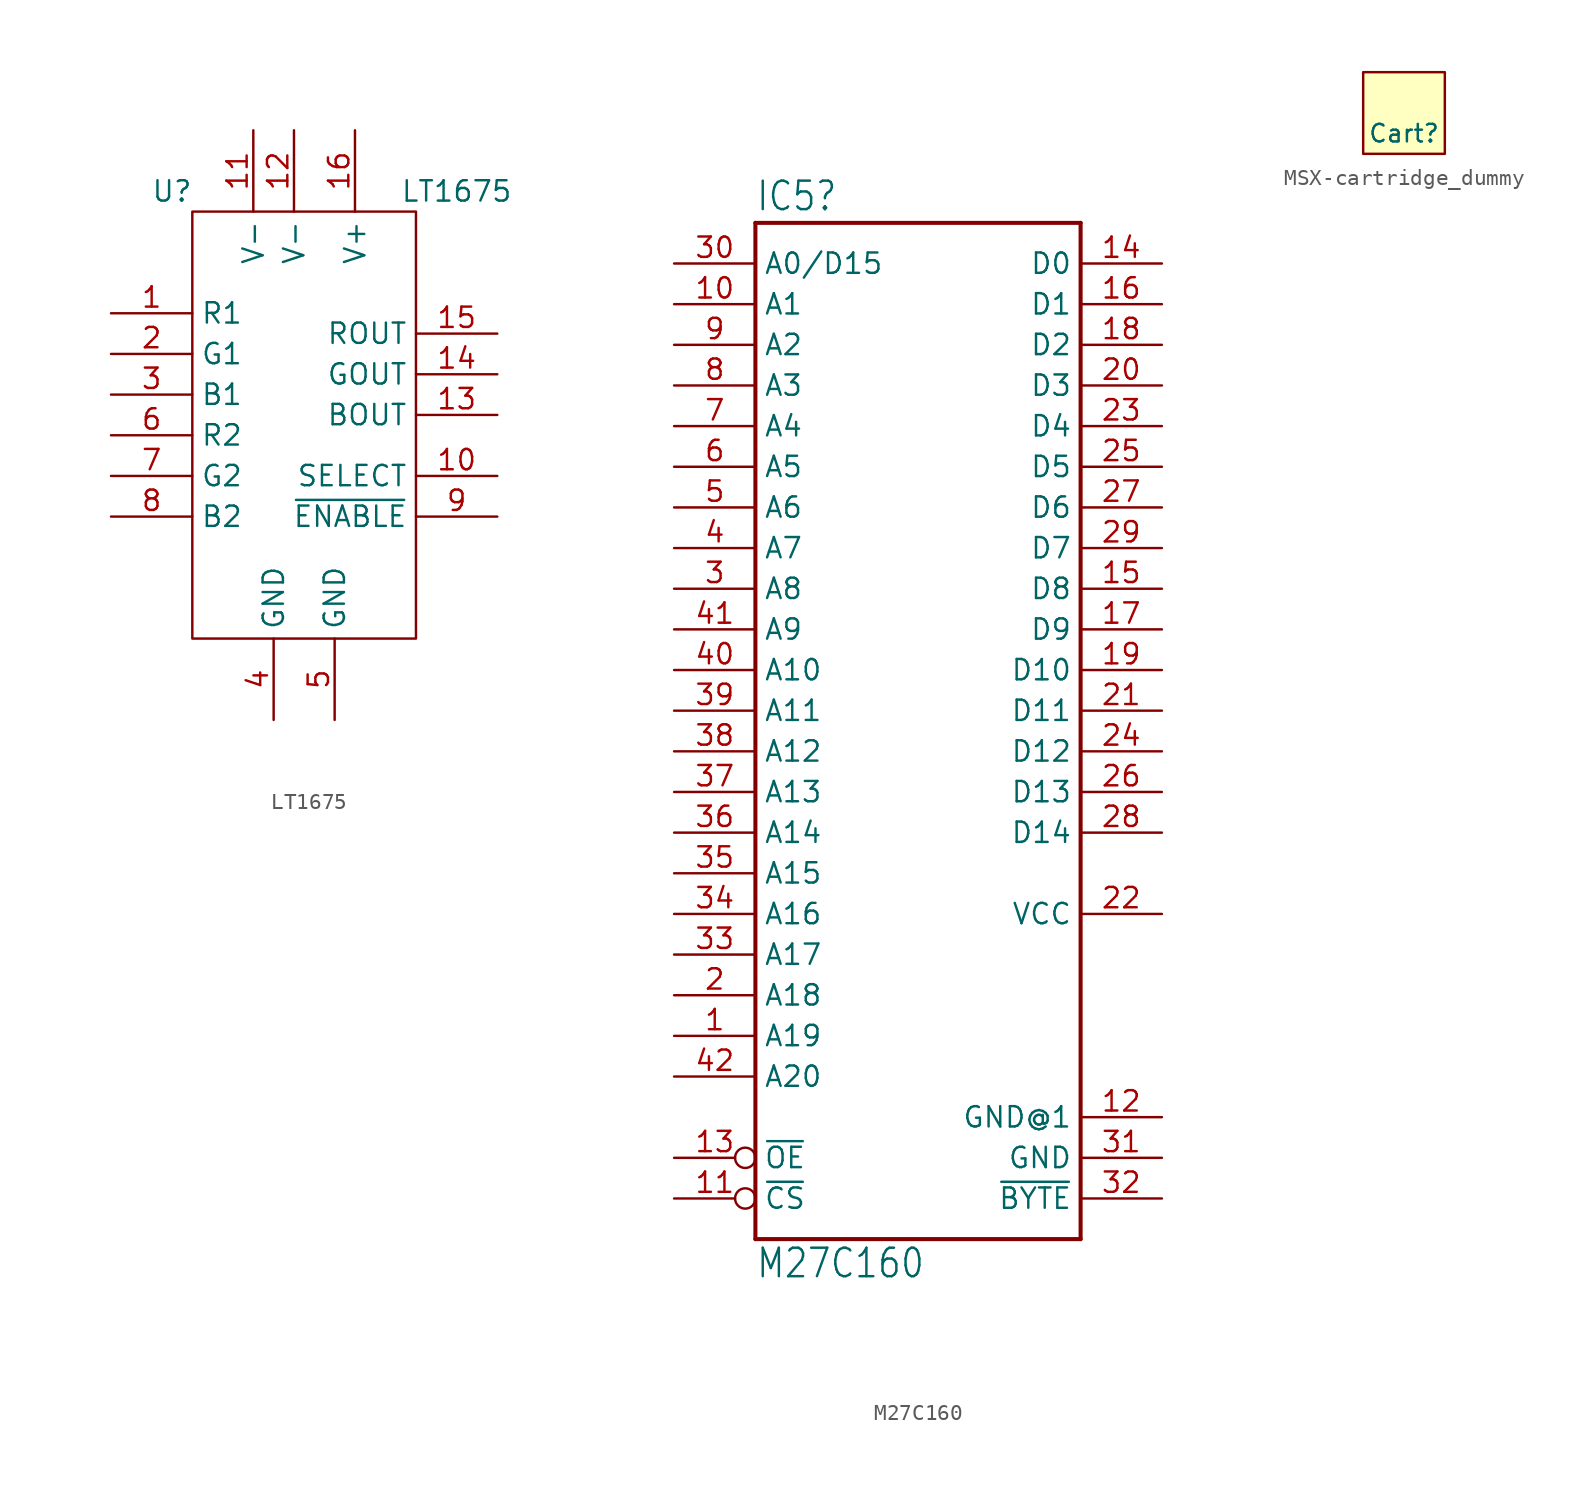
<source format=kicad_sym>
(kicad_symbol_lib
  (version 20220914)
  (generator kicad_symbol_editor)
  (symbol "LT1675"
    (property "Reference" "U"
      (at -6.35 6.35 0)
      (effects (font (size 1.27 1.27))))
    (property "Value" "LT1675"
      (at 11.43 6.35 0)
      (effects (font (size 1.27 1.27))))
    (symbol "LT1675_0_1"
      (rectangle (start -5.08 5.08) (end 8.89 -21.59) (stroke (width 0) (type default)) (fill (type none))))
    (symbol "LT1675_1_0"
      (pin input line (at -10.16 -1.27 0) (length 5.08) (name "R1" (effects (font (size 1.27 1.27)))) (number "1" (effects (font (size 1.27 1.27)))))
      (pin input line (at 13.97 -11.43 180) (length 5.08) (name "SELECT" (effects (font (size 1.27 1.27)))) (number "10" (effects (font (size 1.27 1.27)))))
      (pin power_in line (at -1.27 10.16 270) (length 5.08) (name "V-" (effects (font (size 1.27 1.27)))) (number "11" (effects (font (size 1.27 1.27)))))
      (pin power_in line (at 1.27 10.16 270) (length 5.08) (name "V-" (effects (font (size 1.27 1.27)))) (number "12" (effects (font (size 1.27 1.27)))))
      (pin output line (at 13.97 -7.62 180) (length 5.08) (name "BOUT" (effects (font (size 1.27 1.27)))) (number "13" (effects (font (size 1.27 1.27)))))
      (pin output line (at 13.97 -5.08 180) (length 5.08) (name "GOUT" (effects (font (size 1.27 1.27)))) (number "14" (effects (font (size 1.27 1.27)))))
      (pin output line (at 13.97 -2.54 180) (length 5.08) (name "ROUT" (effects (font (size 1.27 1.27)))) (number "15" (effects (font (size 1.27 1.27)))))
      (pin power_in line (at 5.08 10.16 270) (length 5.08) (name "V+" (effects (font (size 1.27 1.27)))) (number "16" (effects (font (size 1.27 1.27)))))
      (pin input line (at -10.16 -3.81 0) (length 5.08) (name "G1" (effects (font (size 1.27 1.27)))) (number "2" (effects (font (size 1.27 1.27)))))
      (pin input line (at -10.16 -6.35 0) (length 5.08) (name "B1" (effects (font (size 1.27 1.27)))) (number "3" (effects (font (size 1.27 1.27)))))
      (pin power_in line (at 0 -26.67 90) (length 5.08) (name "GND" (effects (font (size 1.27 1.27)))) (number "4" (effects (font (size 1.27 1.27)))))
      (pin power_in line (at 3.81 -26.67 90) (length 5.08) (name "GND" (effects (font (size 1.27 1.27)))) (number "5" (effects (font (size 1.27 1.27)))))
      (pin input line (at -10.16 -8.89 0) (length 5.08) (name "R2" (effects (font (size 1.27 1.27)))) (number "6" (effects (font (size 1.27 1.27)))))
      (pin input line (at -10.16 -11.43 0) (length 5.08) (name "G2" (effects (font (size 1.27 1.27)))) (number "7" (effects (font (size 1.27 1.27)))))
      (pin input line (at -10.16 -13.97 0) (length 5.08) (name "B2" (effects (font (size 1.27 1.27)))) (number "8" (effects (font (size 1.27 1.27)))))
      (pin input line (at 13.97 -13.97 180) (length 5.08) (name "~{ENABLE}" (effects (font (size 1.27 1.27)))) (number "9" (effects (font (size 1.27 1.27)))))))
  (symbol "M27C160"
    (property "Reference" "IC5"
      (at -10.16 31.115 0)
      (effects (font (size 1.778 1.511)) (justify left bottom)))
    (property "Value" "M27C160"
      (at -10.16 -35.56 0)
      (effects (font (size 1.778 1.511)) (justify left bottom)))
    (property "ki_locked" ""
      (at 0 0 0)
      (effects (font (size 1.27 1.27))))
    (symbol "M27C160_1_0"
      (polyline (pts (xy -10.16 -33.02) (xy 10.16 -33.02)) (stroke (width 0.254) (type default)) (fill (type none)))
      (polyline (pts (xy -10.16 30.48) (xy -10.16 -33.02)) (stroke (width 0.254) (type default)) (fill (type none)))
      (polyline (pts (xy -10.16 30.48) (xy 10.16 30.48)) (stroke (width 0.254) (type default)) (fill (type none)))
      (polyline (pts (xy 10.16 -33.02) (xy 10.16 30.48)) (stroke (width 0.254) (type default)) (fill (type none)))
      (pin passive line (at -15.24 -20.32 0) (length 5.08) (name "A19" (effects (font (size 1.27 1.27)))) (number "1" (effects (font (size 1.27 1.27)))))
      (pin passive line (at -15.24 25.4 0) (length 5.08) (name "A1" (effects (font (size 1.27 1.27)))) (number "10" (effects (font (size 1.27 1.27)))))
      (pin passive inverted (at -15.24 -30.48 0) (length 5.08) (name "~{CS}" (effects (font (size 1.27 1.27)))) (number "11" (effects (font (size 1.27 1.27)))))
      (pin passive line (at 15.24 -25.4 180) (length 5.08) (name "GND@1" (effects (font (size 1.27 1.27)))) (number "12" (effects (font (size 1.27 1.27)))))
      (pin passive inverted (at -15.24 -27.94 0) (length 5.08) (name "~{OE}" (effects (font (size 1.27 1.27)))) (number "13" (effects (font (size 1.27 1.27)))))
      (pin passive line (at 15.24 27.94 180) (length 5.08) (name "D0" (effects (font (size 1.27 1.27)))) (number "14" (effects (font (size 1.27 1.27)))))
      (pin passive line (at 15.24 7.62 180) (length 5.08) (name "D8" (effects (font (size 1.27 1.27)))) (number "15" (effects (font (size 1.27 1.27)))))
      (pin passive line (at 15.24 25.4 180) (length 5.08) (name "D1" (effects (font (size 1.27 1.27)))) (number "16" (effects (font (size 1.27 1.27)))))
      (pin passive line (at 15.24 5.08 180) (length 5.08) (name "D9" (effects (font (size 1.27 1.27)))) (number "17" (effects (font (size 1.27 1.27)))))
      (pin passive line (at 15.24 22.86 180) (length 5.08) (name "D2" (effects (font (size 1.27 1.27)))) (number "18" (effects (font (size 1.27 1.27)))))
      (pin passive line (at 15.24 2.54 180) (length 5.08) (name "D10" (effects (font (size 1.27 1.27)))) (number "19" (effects (font (size 1.27 1.27)))))
      (pin passive line (at -15.24 -17.78 0) (length 5.08) (name "A18" (effects (font (size 1.27 1.27)))) (number "2" (effects (font (size 1.27 1.27)))))
      (pin passive line (at 15.24 20.32 180) (length 5.08) (name "D3" (effects (font (size 1.27 1.27)))) (number "20" (effects (font (size 1.27 1.27)))))
      (pin passive line (at 15.24 0 180) (length 5.08) (name "D11" (effects (font (size 1.27 1.27)))) (number "21" (effects (font (size 1.27 1.27)))))
      (pin passive line (at 15.24 -12.7 180) (length 5.08) (name "VCC" (effects (font (size 1.27 1.27)))) (number "22" (effects (font (size 1.27 1.27)))))
      (pin passive line (at 15.24 17.78 180) (length 5.08) (name "D4" (effects (font (size 1.27 1.27)))) (number "23" (effects (font (size 1.27 1.27)))))
      (pin passive line (at 15.24 -2.54 180) (length 5.08) (name "D12" (effects (font (size 1.27 1.27)))) (number "24" (effects (font (size 1.27 1.27)))))
      (pin passive line (at 15.24 15.24 180) (length 5.08) (name "D5" (effects (font (size 1.27 1.27)))) (number "25" (effects (font (size 1.27 1.27)))))
      (pin passive line (at 15.24 -5.08 180) (length 5.08) (name "D13" (effects (font (size 1.27 1.27)))) (number "26" (effects (font (size 1.27 1.27)))))
      (pin passive line (at 15.24 12.7 180) (length 5.08) (name "D6" (effects (font (size 1.27 1.27)))) (number "27" (effects (font (size 1.27 1.27)))))
      (pin passive line (at 15.24 -7.62 180) (length 5.08) (name "D14" (effects (font (size 1.27 1.27)))) (number "28" (effects (font (size 1.27 1.27)))))
      (pin passive line (at 15.24 10.16 180) (length 5.08) (name "D7" (effects (font (size 1.27 1.27)))) (number "29" (effects (font (size 1.27 1.27)))))
      (pin passive line (at -15.24 7.62 0) (length 5.08) (name "A8" (effects (font (size 1.27 1.27)))) (number "3" (effects (font (size 1.27 1.27)))))
      (pin passive line (at -15.24 27.94 0) (length 5.08) (name "A0/D15" (effects (font (size 1.27 1.27)))) (number "30" (effects (font (size 1.27 1.27)))))
      (pin passive line (at 15.24 -27.94 180) (length 5.08) (name "GND" (effects (font (size 1.27 1.27)))) (number "31" (effects (font (size 1.27 1.27)))))
      (pin passive line (at 15.24 -30.48 180) (length 5.08) (name "~{BYTE}" (effects (font (size 1.27 1.27)))) (number "32" (effects (font (size 1.27 1.27)))))
      (pin passive line (at -15.24 -15.24 0) (length 5.08) (name "A17" (effects (font (size 1.27 1.27)))) (number "33" (effects (font (size 1.27 1.27)))))
      (pin passive line (at -15.24 -12.7 0) (length 5.08) (name "A16" (effects (font (size 1.27 1.27)))) (number "34" (effects (font (size 1.27 1.27)))))
      (pin passive line (at -15.24 -10.16 0) (length 5.08) (name "A15" (effects (font (size 1.27 1.27)))) (number "35" (effects (font (size 1.27 1.27)))))
      (pin passive line (at -15.24 -7.62 0) (length 5.08) (name "A14" (effects (font (size 1.27 1.27)))) (number "36" (effects (font (size 1.27 1.27)))))
      (pin passive line (at -15.24 -5.08 0) (length 5.08) (name "A13" (effects (font (size 1.27 1.27)))) (number "37" (effects (font (size 1.27 1.27)))))
      (pin passive line (at -15.24 -2.54 0) (length 5.08) (name "A12" (effects (font (size 1.27 1.27)))) (number "38" (effects (font (size 1.27 1.27)))))
      (pin passive line (at -15.24 0 0) (length 5.08) (name "A11" (effects (font (size 1.27 1.27)))) (number "39" (effects (font (size 1.27 1.27)))))
      (pin passive line (at -15.24 10.16 0) (length 5.08) (name "A7" (effects (font (size 1.27 1.27)))) (number "4" (effects (font (size 1.27 1.27)))))
      (pin passive line (at -15.24 2.54 0) (length 5.08) (name "A10" (effects (font (size 1.27 1.27)))) (number "40" (effects (font (size 1.27 1.27)))))
      (pin passive line (at -15.24 5.08 0) (length 5.08) (name "A9" (effects (font (size 1.27 1.27)))) (number "41" (effects (font (size 1.27 1.27)))))
      (pin passive line (at -15.24 -22.86 0) (length 5.08) (name "A20" (effects (font (size 1.27 1.27)))) (number "42" (effects (font (size 1.27 1.27)))))
      (pin passive line (at -15.24 12.7 0) (length 5.08) (name "A6" (effects (font (size 1.27 1.27)))) (number "5" (effects (font (size 1.27 1.27)))))
      (pin passive line (at -15.24 15.24 0) (length 5.08) (name "A5" (effects (font (size 1.27 1.27)))) (number "6" (effects (font (size 1.27 1.27)))))
      (pin passive line (at -15.24 17.78 0) (length 5.08) (name "A4" (effects (font (size 1.27 1.27)))) (number "7" (effects (font (size 1.27 1.27)))))
      (pin passive line (at -15.24 20.32 0) (length 5.08) (name "A3" (effects (font (size 1.27 1.27)))) (number "8" (effects (font (size 1.27 1.27)))))
      (pin passive line (at -15.24 22.86 0) (length 5.08) (name "A2" (effects (font (size 1.27 1.27)))) (number "9" (effects (font (size 1.27 1.27)))))))
  (symbol "MSX-cartridge_dummy"
    (pin_numbers hide)
    (pin_names
      (offset 0.762) hide)
    (property "Reference" "Cart"
      (at 0 -1.27 0)
      (effects (font (size 1.092 1.092))))
    (symbol "MSX-cartridge_dummy_0_1"
      (rectangle (start -2.54 2.54) (end 2.54 -2.54) (stroke (width 0) (type default)) (fill (type background))))))
</source>
